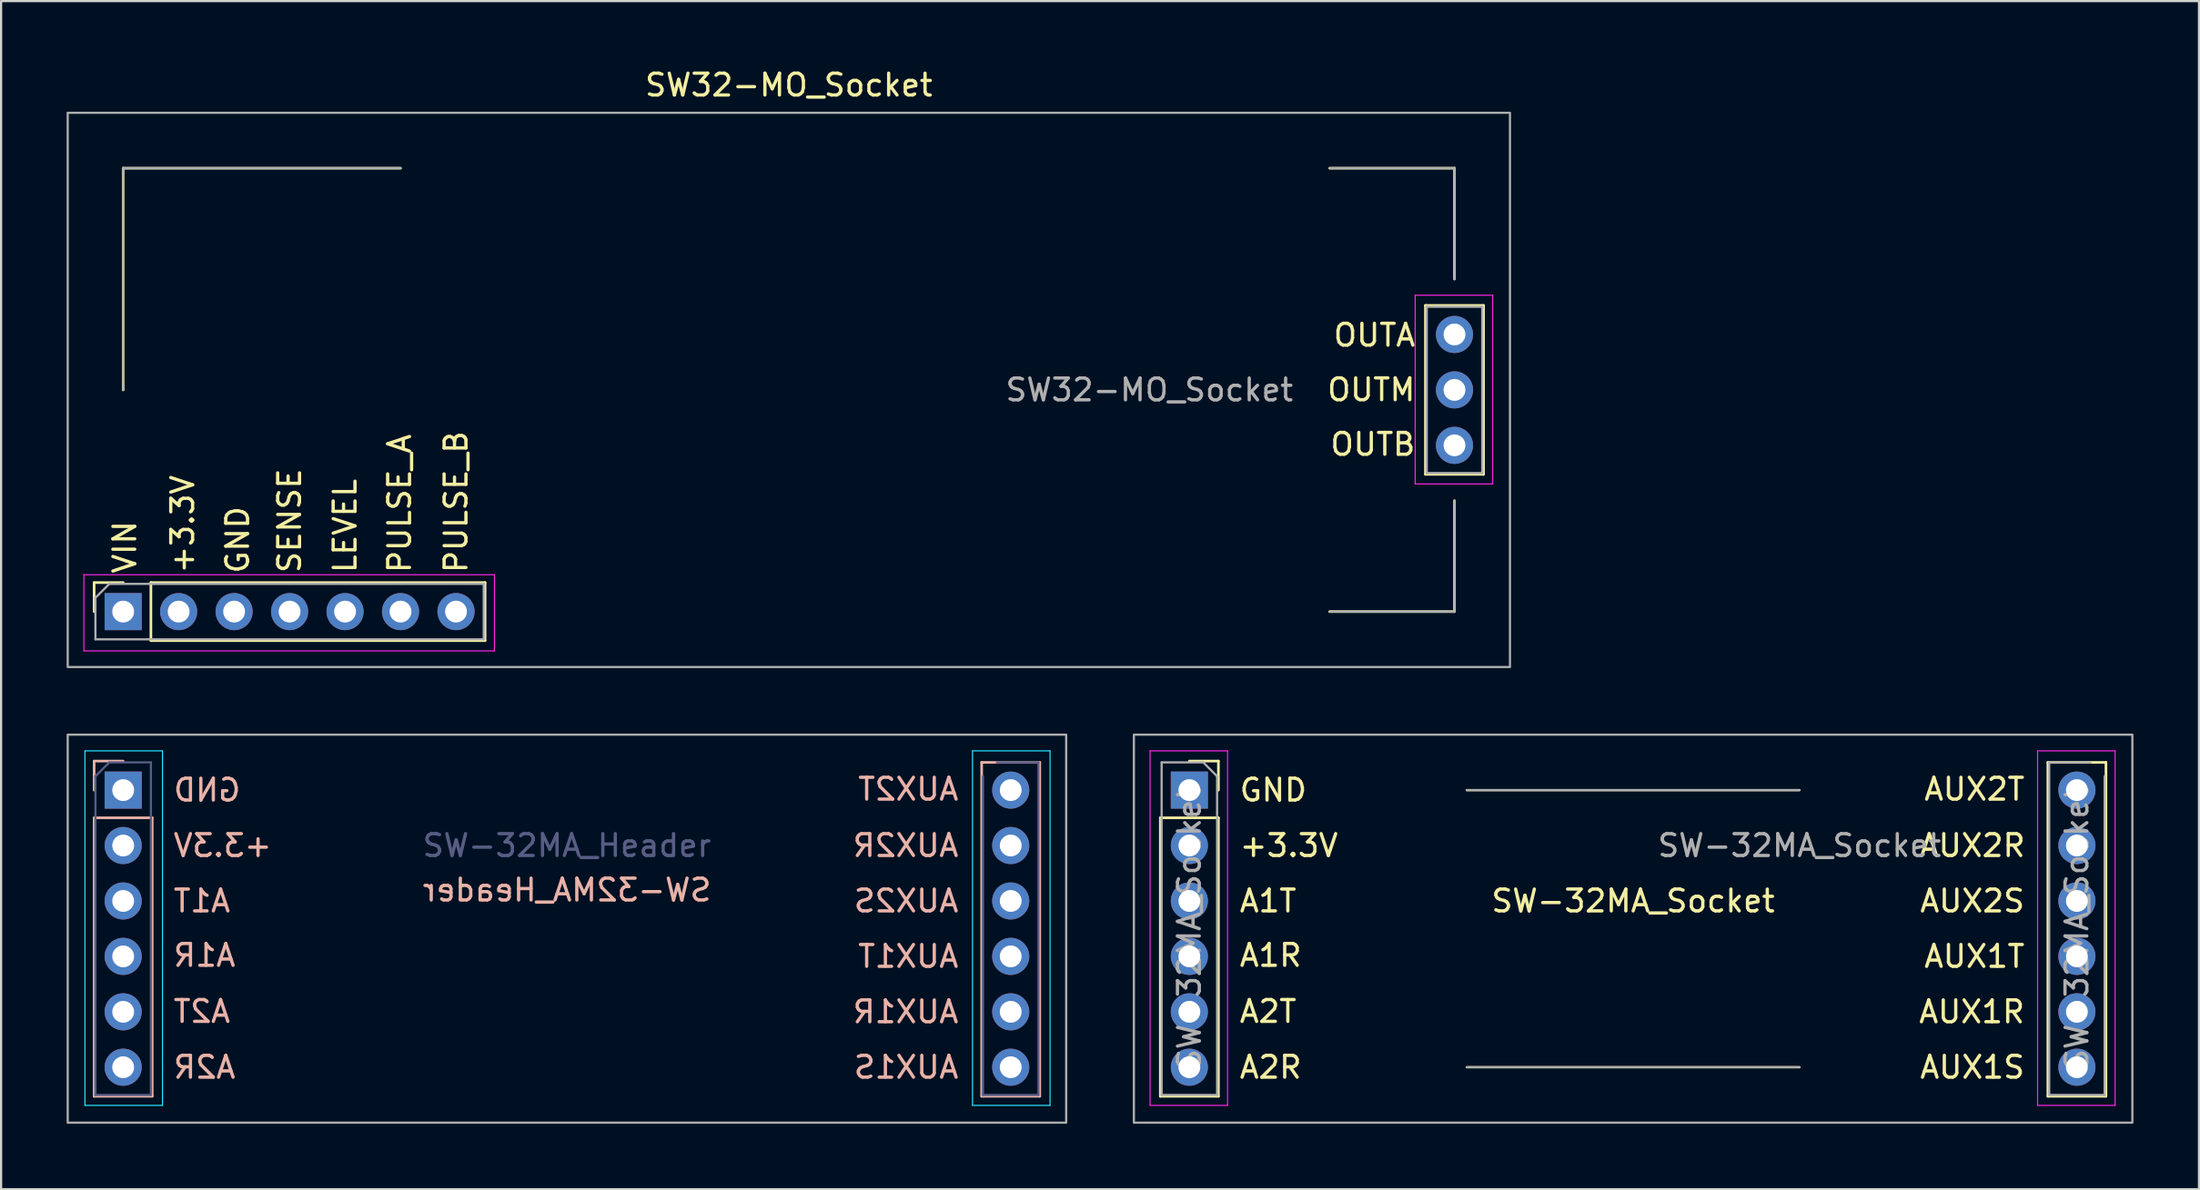
<source format=kicad_pcb>
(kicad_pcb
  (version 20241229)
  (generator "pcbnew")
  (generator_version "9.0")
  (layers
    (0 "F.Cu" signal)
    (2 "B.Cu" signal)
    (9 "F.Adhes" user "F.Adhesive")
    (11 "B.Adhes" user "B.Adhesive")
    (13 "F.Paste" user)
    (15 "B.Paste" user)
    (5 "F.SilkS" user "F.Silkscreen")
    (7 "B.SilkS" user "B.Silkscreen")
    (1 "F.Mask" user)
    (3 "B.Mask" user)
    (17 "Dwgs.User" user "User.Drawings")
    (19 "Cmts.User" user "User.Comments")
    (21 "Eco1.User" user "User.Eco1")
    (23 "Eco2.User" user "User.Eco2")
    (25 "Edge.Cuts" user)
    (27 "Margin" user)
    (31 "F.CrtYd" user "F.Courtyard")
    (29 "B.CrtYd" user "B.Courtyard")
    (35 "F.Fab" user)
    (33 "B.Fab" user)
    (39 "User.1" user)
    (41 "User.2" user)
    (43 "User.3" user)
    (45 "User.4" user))
  (footprint "SW-32MA_Header"
    (layer "F.Cu")
    (at 22.91 38.238)
    (property "Reference" "SW-32MA_Header" (at 0 -0.5 0) (unlocked yes) (layer "B.SilkS") (effects (font (size 1 1) (thickness 0.15)) (justify mirror)))
    (attr through_hole)
    (fp_line (start -21.65 -6.41) (end -21.65 -5.08) (stroke (width 0.12) (type solid)) (layer "B.SilkS"))
    (fp_line (start -21.65 -3.81) (end -21.65 8.95) (stroke (width 0.12) (type solid)) (layer "B.SilkS"))
    (fp_line (start -20.32 -6.41) (end -21.65 -6.41) (stroke (width 0.12) (type solid)) (layer "B.SilkS"))
    (fp_line (start -18.99 -3.81) (end -21.65 -3.81) (stroke (width 0.12) (type solid)) (layer "B.SilkS"))
    (fp_line (start -18.99 -3.81) (end -18.99 8.95) (stroke (width 0.12) (type solid)) (layer "B.SilkS"))
    (fp_line (start -18.99 8.95) (end -21.65 8.95) (stroke (width 0.12) (type solid)) (layer "B.SilkS"))
    (fp_line (start 18.99 -6.35) (end 18.99 8.95) (stroke (width 0.12) (type solid)) (layer "B.SilkS"))
    (fp_line (start 21.65 -6.35) (end 18.99 -6.35) (stroke (width 0.12) (type solid)) (layer "B.SilkS"))
    (fp_line (start 21.65 -6.35) (end 21.65 8.95) (stroke (width 0.12) (type solid)) (layer "B.SilkS"))
    (fp_line (start 21.65 8.95) (end 18.99 8.95) (stroke (width 0.12) (type solid)) (layer "B.SilkS"))
    (fp_line (start -22.07 -6.88) (end -22.07 9.37) (stroke (width 0.05) (type solid)) (layer "B.CrtYd"))
    (fp_line (start -22.07 9.37) (end -18.52 9.37) (stroke (width 0.05) (type solid)) (layer "B.CrtYd"))
    (fp_line (start -18.52 -6.88) (end -22.07 -6.88) (stroke (width 0.05) (type solid)) (layer "B.CrtYd"))
    (fp_line (start -18.52 9.37) (end -18.52 -6.88) (stroke (width 0.05) (type solid)) (layer "B.CrtYd"))
    (fp_line (start 18.57 -6.88) (end 18.57 9.37) (stroke (width 0.05) (type solid)) (layer "B.CrtYd"))
    (fp_line (start 18.57 9.37) (end 22.12 9.37) (stroke (width 0.05) (type solid)) (layer "B.CrtYd"))
    (fp_line (start 22.12 -6.88) (end 18.57 -6.88) (stroke (width 0.05) (type solid)) (layer "B.CrtYd"))
    (fp_line (start 22.12 9.37) (end 22.12 -6.88) (stroke (width 0.05) (type solid)) (layer "B.CrtYd"))
    (fp_line (start -21.59 -5.715) (end -21.59 8.89) (stroke (width 0.1) (type solid)) (layer "B.Fab"))
    (fp_line (start -21.59 8.89) (end -19.05 8.89) (stroke (width 0.1) (type solid)) (layer "B.Fab"))
    (fp_line (start -20.955 -6.35) (end -21.59 -5.715) (stroke (width 0.1) (type solid)) (layer "B.Fab"))
    (fp_line (start -19.05 -6.35) (end -20.955 -6.35) (stroke (width 0.1) (type solid)) (layer "B.Fab"))
    (fp_line (start -19.05 8.89) (end -19.05 -6.35) (stroke (width 0.1) (type solid)) (layer "B.Fab"))
    (fp_line (start 19.05 -5.715) (end 19.05 8.89) (stroke (width 0.1) (type solid)) (layer "B.Fab"))
    (fp_line (start 19.05 8.89) (end 21.59 8.89) (stroke (width 0.1) (type solid)) (layer "B.Fab"))
    (fp_line (start 21.59 -6.35) (end 19.685 -6.35) (stroke (width 0.1) (type solid)) (layer "B.Fab"))
    (fp_line (start 21.59 8.89) (end 21.59 -6.35) (stroke (width 0.1) (type solid)) (layer "B.Fab"))
    (fp_rect (start -22.86 -7.62) (end 22.86 10.16) (stroke (width 0.1) (type solid)) (fill no) (layer "F.Fab"))
    (fp_text user "AUX1R" (at 15.51 5.08 0) (unlocked yes) (layer "B.SilkS") (effects (font (size 1 1) (thickness 0.15)) (justify mirror)))
    (fp_text user "AUX2T" (at 15.629 -5.123 0) (unlocked yes) (layer "B.SilkS") (effects (font (size 1 1) (thickness 0.15)) (justify mirror)))
    (fp_text user "AUX1S" (at 15.534 7.62 0) (unlocked yes) (layer "B.SilkS") (effects (font (size 1 1) (thickness 0.15)) (justify mirror)))
    (fp_text user "GND" (at -16.478 -5.08 0) (unlocked yes) (layer "B.SilkS") (effects (font (size 1 1) (thickness 0.15)) (justify mirror)))
    (fp_text user "A1T" (at -16.716 0 0) (unlocked yes) (layer "B.SilkS") (effects (font (size 1 1) (thickness 0.15)) (justify mirror)))
    (fp_text user "AUX2R" (at 15.51 -2.54 0) (unlocked yes) (layer "B.SilkS") (effects (font (size 1 1) (thickness 0.15)) (justify mirror)))
    (fp_text user "A1R" (at -16.597 2.493 0) (unlocked yes) (layer "B.SilkS") (effects (font (size 1 1) (thickness 0.15)) (justify mirror)))
    (fp_text user "A2R" (at -16.597 7.62 0) (unlocked yes) (layer "B.SilkS") (effects (font (size 1 1) (thickness 0.15)) (justify mirror)))
    (fp_text user "AUX1T" (at 15.629 2.54 0) (unlocked yes) (layer "B.SilkS") (effects (font (size 1 1) (thickness 0.15)) (justify mirror)))
    (fp_text user "+3.3V" (at -15.764 -2.54 0) (unlocked yes) (layer "B.SilkS") (effects (font (size 1 1) (thickness 0.15)) (justify mirror)))
    (fp_text user "AUX2S" (at 15.534 0 0) (unlocked yes) (layer "B.SilkS") (effects (font (size 1 1) (thickness 0.15)) (justify mirror)))
    (fp_text user "A2T" (at -16.716 5.063 0) (unlocked yes) (layer "B.SilkS") (effects (font (size 1 1) (thickness 0.15)) (justify mirror)))
    (fp_text user "${REFERENCE}" (at 0 -2.54 180) (layer "B.Fab") (effects (font (size 1 1) (thickness 0.15))))
    (pad "1" thru_hole rect (at -20.32 -5.08) (size 1.7 1.7) (drill 1) (layers "*.Cu" "*.Mask"))
    (pad "2" thru_hole oval (at -20.32 -2.54) (size 1.7 1.7) (drill 1) (layers "*.Cu" "*.Mask"))
    (pad "3" thru_hole oval (at -20.32 0) (size 1.7 1.7) (drill 1) (layers "*.Cu" "*.Mask"))
    (pad "4" thru_hole oval (at -20.32 2.54) (size 1.7 1.7) (drill 1) (layers "*.Cu" "*.Mask"))
    (pad "5" thru_hole oval (at -20.32 5.08) (size 1.7 1.7) (drill 1) (layers "*.Cu" "*.Mask"))
    (pad "6" thru_hole oval (at -20.32 7.62) (size 1.7 1.7) (drill 1) (layers "*.Cu" "*.Mask"))
    (pad "7" thru_hole oval (at 20.32 7.62) (size 1.7 1.7) (drill 1) (layers "*.Cu" "*.Mask"))
    (pad "8" thru_hole oval (at 20.32 5.08) (size 1.7 1.7) (drill 1) (layers "*.Cu" "*.Mask"))
    (pad "9" thru_hole oval (at 20.32 2.54) (size 1.7 1.7) (drill 1) (layers "*.Cu" "*.Mask"))
    (pad "10" thru_hole oval (at 20.32 0) (size 1.7 1.7) (drill 1) (layers "*.Cu" "*.Mask"))
    (pad "11" thru_hole oval (at 20.32 -2.54) (size 1.7 1.7) (drill 1) (layers "*.Cu" "*.Mask"))
    (pad "12" thru_hole oval (at 20.32 -5.08) (size 1.7 1.7) (drill 1) (layers "*.Cu" "*.Mask")))
  (footprint "SW-32MA_Socket"
    (layer "F.Cu")
    (at 71.73 38.238)
    (property "Reference" "SW-32MA_Socket" (at 0 0 0) (unlocked yes) (layer "F.SilkS") (effects (font (size 1 1) (thickness 0.15))))
    (attr through_hole)
    (fp_line (start -21.65 -3.81) (end -21.65 8.95) (stroke (width 0.12) (type solid)) (layer "F.SilkS"))
    (fp_line (start -21.65 -3.81) (end -18.99 -3.81) (stroke (width 0.12) (type solid)) (layer "F.SilkS"))
    (fp_line (start -21.65 8.95) (end -18.99 8.95) (stroke (width 0.12) (type solid)) (layer "F.SilkS"))
    (fp_line (start -20.32 -6.41) (end -18.99 -6.41) (stroke (width 0.12) (type solid)) (layer "F.SilkS"))
    (fp_line (start -18.99 -6.41) (end -18.99 -5.08) (stroke (width 0.12) (type solid)) (layer "F.SilkS"))
    (fp_line (start -18.99 -3.81) (end -18.99 8.95) (stroke (width 0.12) (type solid)) (layer "F.SilkS"))
    (fp_line (start -7.62 -5.08) (end 7.62 -5.08) (stroke (width 0.1) (type solid)) (layer "F.SilkS"))
    (fp_line (start -7.62 7.62) (end 7.62 7.62) (stroke (width 0.1) (type solid)) (layer "F.SilkS"))
    (fp_line (start 18.99 -6.35) (end 18.99 8.95) (stroke (width 0.12) (type solid)) (layer "F.SilkS"))
    (fp_line (start 18.99 -6.35) (end 21.65 -6.35) (stroke (width 0.12) (type solid)) (layer "F.SilkS"))
    (fp_line (start 18.99 8.95) (end 21.65 8.95) (stroke (width 0.12) (type solid)) (layer "F.SilkS"))
    (fp_line (start 21.65 -6.35) (end 21.65 8.95) (stroke (width 0.12) (type solid)) (layer "F.SilkS"))
    (fp_line (start -22.12 -6.88) (end -18.57 -6.88) (stroke (width 0.05) (type solid)) (layer "F.CrtYd"))
    (fp_line (start -22.12 9.37) (end -22.12 -6.88) (stroke (width 0.05) (type solid)) (layer "F.CrtYd"))
    (fp_line (start -18.57 -6.88) (end -18.57 9.37) (stroke (width 0.05) (type solid)) (layer "F.CrtYd"))
    (fp_line (start -18.57 9.37) (end -22.12 9.37) (stroke (width 0.05) (type solid)) (layer "F.CrtYd"))
    (fp_line (start 18.52 -6.88) (end 22.07 -6.88) (stroke (width 0.05) (type solid)) (layer "F.CrtYd"))
    (fp_line (start 18.52 9.37) (end 18.52 -6.88) (stroke (width 0.05) (type solid)) (layer "F.CrtYd"))
    (fp_line (start 22.07 -6.88) (end 22.07 9.37) (stroke (width 0.05) (type solid)) (layer "F.CrtYd"))
    (fp_line (start 22.07 9.37) (end 18.52 9.37) (stroke (width 0.05) (type solid)) (layer "F.CrtYd"))
    (fp_line (start -21.59 -6.35) (end -19.685 -6.35) (stroke (width 0.1) (type solid)) (layer "F.Fab"))
    (fp_line (start -21.59 8.89) (end -21.59 -6.35) (stroke (width 0.1) (type solid)) (layer "F.Fab"))
    (fp_line (start -19.685 -6.35) (end -19.05 -5.715) (stroke (width 0.1) (type solid)) (layer "F.Fab"))
    (fp_line (start -19.05 -5.715) (end -19.05 8.89) (stroke (width 0.1) (type solid)) (layer "F.Fab"))
    (fp_line (start -19.05 8.89) (end -21.59 8.89) (stroke (width 0.1) (type solid)) (layer "F.Fab"))
    (fp_line (start -7.62 -5.08) (end 7.62 -5.08) (stroke (width 0.1) (type solid)) (layer "F.Fab"))
    (fp_line (start -7.62 7.62) (end 7.62 7.62) (stroke (width 0.1) (type solid)) (layer "F.Fab"))
    (fp_line (start 19.05 -6.35) (end 20.955 -6.35) (stroke (width 0.1) (type solid)) (layer "F.Fab"))
    (fp_line (start 19.05 8.89) (end 19.05 -6.35) (stroke (width 0.1) (type solid)) (layer "F.Fab"))
    (fp_line (start 21.59 -5.715) (end 21.59 8.89) (stroke (width 0.1) (type solid)) (layer "F.Fab"))
    (fp_line (start 21.59 8.89) (end 19.05 8.89) (stroke (width 0.1) (type solid)) (layer "F.Fab"))
    (fp_rect (start -22.86 -7.62) (end 22.86 10.16) (stroke (width 0.1) (type solid)) (fill no) (layer "F.Fab"))
    (fp_text user "A2T" (at -16.716 5.063 0) (unlocked yes) (layer "F.SilkS") (effects (font (size 1 1) (thickness 0.15))))
    (fp_text user "AUX1T" (at 15.629 2.54 0) (unlocked yes) (layer "F.SilkS") (effects (font (size 1 1) (thickness 0.15))))
    (fp_text user "AUX2R" (at 15.534 -2.54 0) (unlocked yes) (layer "F.SilkS") (effects (font (size 1 1) (thickness 0.15))))
    (fp_text user "AUX2S" (at 15.534 0 0) (unlocked yes) (layer "F.SilkS") (effects (font (size 1 1) (thickness 0.15))))
    (fp_text user "AUX1S" (at 15.534 7.62 0) (unlocked yes) (layer "F.SilkS") (effects (font (size 1 1) (thickness 0.15))))
    (fp_text user "GND" (at -16.478 -5.08 0) (unlocked yes) (layer "F.SilkS") (effects (font (size 1 1) (thickness 0.15))))
    (fp_text user "AUX2T" (at 15.629 -5.123 0) (unlocked yes) (layer "F.SilkS") (effects (font (size 1 1) (thickness 0.15))))
    (fp_text user "AUX1R" (at 15.51 5.08 0) (unlocked yes) (layer "F.SilkS") (effects (font (size 1 1) (thickness 0.15))))
    (fp_text user "A2R" (at -16.597 7.62 0) (unlocked yes) (layer "F.SilkS") (effects (font (size 1 1) (thickness 0.15))))
    (fp_text user "+3.3V" (at -15.764 -2.54 0) (unlocked yes) (layer "F.SilkS") (effects (font (size 1 1) (thickness 0.15))))
    (fp_text user "A1T" (at -16.716 0 0) (unlocked yes) (layer "F.SilkS") (effects (font (size 1 1) (thickness 0.15))))
    (fp_text user "A1R" (at -16.597 2.493 0) (unlocked yes) (layer "F.SilkS") (effects (font (size 1 1) (thickness 0.15))))
    (fp_text user "${REFERENCE}" (at 7.62 -2.54 180) (layer "F.Fab") (effects (font (size 1 1) (thickness 0.15))))
    (fp_text user "${REFERENCE}" (at 20.32 1.27 90) (layer "F.Fab") (effects (font (size 1 1) (thickness 0.15))))
    (fp_text user "${REFERENCE}" (at -20.32 1.27 90) (layer "F.Fab") (effects (font (size 1 1) (thickness 0.15))))
    (pad "1" thru_hole rect (at -20.32 -5.08) (size 1.7 1.7) (drill 1) (layers "*.Cu" "*.Mask"))
    (pad "2" thru_hole oval (at -20.32 -2.54) (size 1.7 1.7) (drill 1) (layers "*.Cu" "*.Mask"))
    (pad "3" thru_hole oval (at -20.32 0) (size 1.7 1.7) (drill 1) (layers "*.Cu" "*.Mask"))
    (pad "4" thru_hole oval (at -20.32 2.54) (size 1.7 1.7) (drill 1) (layers "*.Cu" "*.Mask"))
    (pad "5" thru_hole oval (at -20.32 5.08) (size 1.7 1.7) (drill 1) (layers "*.Cu" "*.Mask"))
    (pad "6" thru_hole oval (at -20.32 7.62) (size 1.7 1.7) (drill 1) (layers "*.Cu" "*.Mask"))
    (pad "7" thru_hole oval (at 20.32 7.62) (size 1.7 1.7) (drill 1) (layers "*.Cu" "*.Mask"))
    (pad "8" thru_hole oval (at 20.32 5.08) (size 1.7 1.7) (drill 1) (layers "*.Cu" "*.Mask"))
    (pad "9" thru_hole oval (at 20.32 2.54) (size 1.7 1.7) (drill 1) (layers "*.Cu" "*.Mask"))
    (pad "10" thru_hole oval (at 20.32 0) (size 1.7 1.7) (drill 1) (layers "*.Cu" "*.Mask"))
    (pad "11" thru_hole oval (at 20.32 -2.54) (size 1.7 1.7) (drill 1) (layers "*.Cu" "*.Mask"))
    (pad "12" thru_hole oval (at 20.32 -5.08) (size 1.7 1.7) (drill 1) (layers "*.Cu" "*.Mask")))
  (footprint "SW32-MO_Socket"
    (layer "F.Cu")
    (at 33.07 14.818)
    (property "Reference" "SW32-MO_Socket" (at 0 -13.97 0) (unlocked yes) (layer "F.SilkS") (effects (font (size 1 1) (thickness 0.15))))
    (attr through_hole)
    (fp_line (start -31.81 8.83) (end -30.48 8.83) (stroke (width 0.12) (type solid)) (layer "F.SilkS"))
    (fp_line (start -31.81 10.16) (end -31.81 8.83) (stroke (width 0.12) (type solid)) (layer "F.SilkS"))
    (fp_line (start -30.48 -10.16) (end -17.78 -10.16) (stroke (width 0.12) (type solid)) (layer "F.SilkS"))
    (fp_line (start -30.48 0) (end -30.48 -10.16) (stroke (width 0.12) (type solid)) (layer "F.SilkS"))
    (fp_line (start -29.21 8.83) (end -13.91 8.83) (stroke (width 0.12) (type solid)) (layer "F.SilkS"))
    (fp_line (start -29.21 11.49) (end -29.21 8.83) (stroke (width 0.12) (type solid)) (layer "F.SilkS"))
    (fp_line (start -29.21 11.49) (end -13.91 11.49) (stroke (width 0.12) (type solid)) (layer "F.SilkS"))
    (fp_line (start -13.91 11.49) (end -13.91 8.83) (stroke (width 0.12) (type solid)) (layer "F.SilkS"))
    (fp_line (start 24.765 -10.16) (end 30.48 -10.16) (stroke (width 0.12) (type solid)) (layer "F.SilkS"))
    (fp_line (start 29.15 -3.87) (end 29.15 3.87) (stroke (width 0.12) (type solid)) (layer "F.SilkS"))
    (fp_line (start 29.15 -3.87) (end 31.81 -3.87) (stroke (width 0.12) (type solid)) (layer "F.SilkS"))
    (fp_line (start 29.15 3.87) (end 31.81 3.87) (stroke (width 0.12) (type solid)) (layer "F.SilkS"))
    (fp_line (start 30.48 -10.16) (end 30.48 -5.08) (stroke (width 0.12) (type solid)) (layer "F.SilkS"))
    (fp_line (start 30.48 5.08) (end 30.48 10.16) (stroke (width 0.12) (type solid)) (layer "F.SilkS"))
    (fp_line (start 30.48 10.16) (end 24.765 10.16) (stroke (width 0.12) (type solid)) (layer "F.SilkS"))
    (fp_line (start 31.81 -3.87) (end 31.81 3.87) (stroke (width 0.12) (type solid)) (layer "F.SilkS"))
    (fp_line (start -32.28 8.47) (end -13.48 8.47) (stroke (width 0.05) (type solid)) (layer "F.CrtYd"))
    (fp_line (start -32.28 11.96) (end -32.28 8.47) (stroke (width 0.05) (type solid)) (layer "F.CrtYd"))
    (fp_line (start -13.48 8.47) (end -13.48 11.96) (stroke (width 0.05) (type solid)) (layer "F.CrtYd"))
    (fp_line (start -13.48 11.96) (end -32.28 11.96) (stroke (width 0.05) (type solid)) (layer "F.CrtYd"))
    (fp_line (start 28.68 -4.34) (end 32.23 -4.34) (stroke (width 0.05) (type solid)) (layer "F.CrtYd"))
    (fp_line (start 28.68 4.31) (end 28.68 -4.34) (stroke (width 0.05) (type solid)) (layer "F.CrtYd"))
    (fp_line (start 32.23 -4.34) (end 32.23 4.31) (stroke (width 0.05) (type solid)) (layer "F.CrtYd"))
    (fp_line (start 32.23 4.31) (end 28.68 4.31) (stroke (width 0.05) (type solid)) (layer "F.CrtYd"))
    (fp_line (start -31.75 9.525) (end -31.115 8.89) (stroke (width 0.1) (type solid)) (layer "F.Fab"))
    (fp_line (start -31.75 11.43) (end -31.75 9.525) (stroke (width 0.1) (type solid)) (layer "F.Fab"))
    (fp_line (start -31.115 8.89) (end -13.97 8.89) (stroke (width 0.1) (type solid)) (layer "F.Fab"))
    (fp_line (start -30.48 -10.16) (end -30.48 0) (stroke (width 0.1) (type solid)) (layer "F.Fab"))
    (fp_line (start -17.78 -10.16) (end -30.48 -10.16) (stroke (width 0.1) (type solid)) (layer "F.Fab"))
    (fp_line (start -13.97 8.89) (end -13.97 11.43) (stroke (width 0.1) (type solid)) (layer "F.Fab"))
    (fp_line (start -13.97 11.43) (end -31.75 11.43) (stroke (width 0.1) (type solid)) (layer "F.Fab"))
    (fp_line (start 24.765 -10.16) (end 30.48 -10.16) (stroke (width 0.1) (type solid)) (layer "F.Fab"))
    (fp_line (start 29.21 -3.81) (end 31.75 -3.81) (stroke (width 0.1) (type solid)) (layer "F.Fab"))
    (fp_line (start 29.21 3.81) (end 29.21 -3.81) (stroke (width 0.1) (type solid)) (layer "F.Fab"))
    (fp_line (start 30.48 -10.16) (end 30.48 -5.08) (stroke (width 0.1) (type solid)) (layer "F.Fab"))
    (fp_line (start 30.48 5.08) (end 30.48 10.16) (stroke (width 0.1) (type solid)) (layer "F.Fab"))
    (fp_line (start 30.48 10.16) (end 24.765 10.16) (stroke (width 0.1) (type solid)) (layer "F.Fab"))
    (fp_line (start 31.75 -3.81) (end 31.75 3.81) (stroke (width 0.1) (type solid)) (layer "F.Fab"))
    (fp_line (start 31.75 3.81) (end 29.21 3.81) (stroke (width 0.1) (type solid)) (layer "F.Fab"))
    (fp_rect (start -33.02 -12.7) (end 33.02 12.7) (stroke (width 0.1) (type solid)) (fill no) (layer "F.Fab"))
    (fp_text user "GND" (at -25.239 6.872 90) (unlocked yes) (layer "F.SilkS") (effects (font (size 1 1) (thickness 0.15))))
    (fp_text user "PULSE_A" (at -17.824 5.207 90) (unlocked yes) (layer "F.SilkS") (effects (font (size 1 1) (thickness 0.15))))
    (fp_text user "OUTM" (at 26.67 -0.007 0) (unlocked yes) (layer "F.SilkS") (effects (font (size 1 1) (thickness 0.15))))
    (fp_text user "+3.3V" (at -27.756 6.158 90) (unlocked yes) (layer "F.SilkS") (effects (font (size 1 1) (thickness 0.15))))
    (fp_text user "VIN" (at -30.406 7.205 90) (unlocked yes) (layer "F.SilkS") (effects (font (size 1 1) (thickness 0.15))))
    (fp_text user "SENSE" (at -22.86 5.993 90) (unlocked yes) (layer "F.SilkS") (effects (font (size 1 1) (thickness 0.15))))
    (fp_text user "OUTA" (at 26.813 -2.507 0) (unlocked yes) (layer "F.SilkS") (effects (font (size 1 1) (thickness 0.15))))
    (fp_text user "PULSE_B" (at -15.24 5.136 90) (unlocked yes) (layer "F.SilkS") (effects (font (size 1 1) (thickness 0.15))))
    (fp_text user "LEVEL" (at -20.32 6.231 90) (unlocked yes) (layer "F.SilkS") (effects (font (size 1 1) (thickness 0.15))))
    (fp_text user "OUTB" (at 26.741 2.493 0) (unlocked yes) (layer "F.SilkS") (effects (font (size 1 1) (thickness 0.15))))
    (fp_text user "${REFERENCE}" (at 16.51 0 180) (layer "F.Fab") (effects (font (size 1 1) (thickness 0.15))))
    (pad "1" thru_hole rect (at -30.48 10.16 90) (size 1.7 1.7) (drill 1) (layers "*.Cu" "*.Mask"))
    (pad "2" thru_hole oval (at -27.94 10.16 90) (size 1.7 1.7) (drill 1) (layers "*.Cu" "*.Mask"))
    (pad "3" thru_hole oval (at -25.4 10.16 90) (size 1.7 1.7) (drill 1) (layers "*.Cu" "*.Mask"))
    (pad "4" thru_hole oval (at -22.86 10.16 90) (size 1.7 1.7) (drill 1) (layers "*.Cu" "*.Mask"))
    (pad "5" thru_hole oval (at -20.32 10.16 90) (size 1.7 1.7) (drill 1) (layers "*.Cu" "*.Mask"))
    (pad "6" thru_hole oval (at -17.78 10.16 90) (size 1.7 1.7) (drill 1) (layers "*.Cu" "*.Mask"))
    (pad "7" thru_hole oval (at -15.24 10.16 90) (size 1.7 1.7) (drill 1) (layers "*.Cu" "*.Mask"))
    (pad "8" thru_hole circle (at 30.48 -2.54) (size 1.7 1.7) (drill 1) (layers "*.Cu" "*.Mask"))
    (pad "9" thru_hole oval (at 30.48 0) (size 1.7 1.7) (drill 1) (layers "*.Cu" "*.Mask"))
    (pad "10" thru_hole oval (at 30.48 2.54) (size 1.7 1.7) (drill 1) (layers "*.Cu" "*.Mask")))
  (gr_rect
    (start -3 -3)
    (end 97.64 51.448)
    (stroke (width 0.1) (type default))
    (fill no)
    (layer "Edge.Cuts")))
</source>
